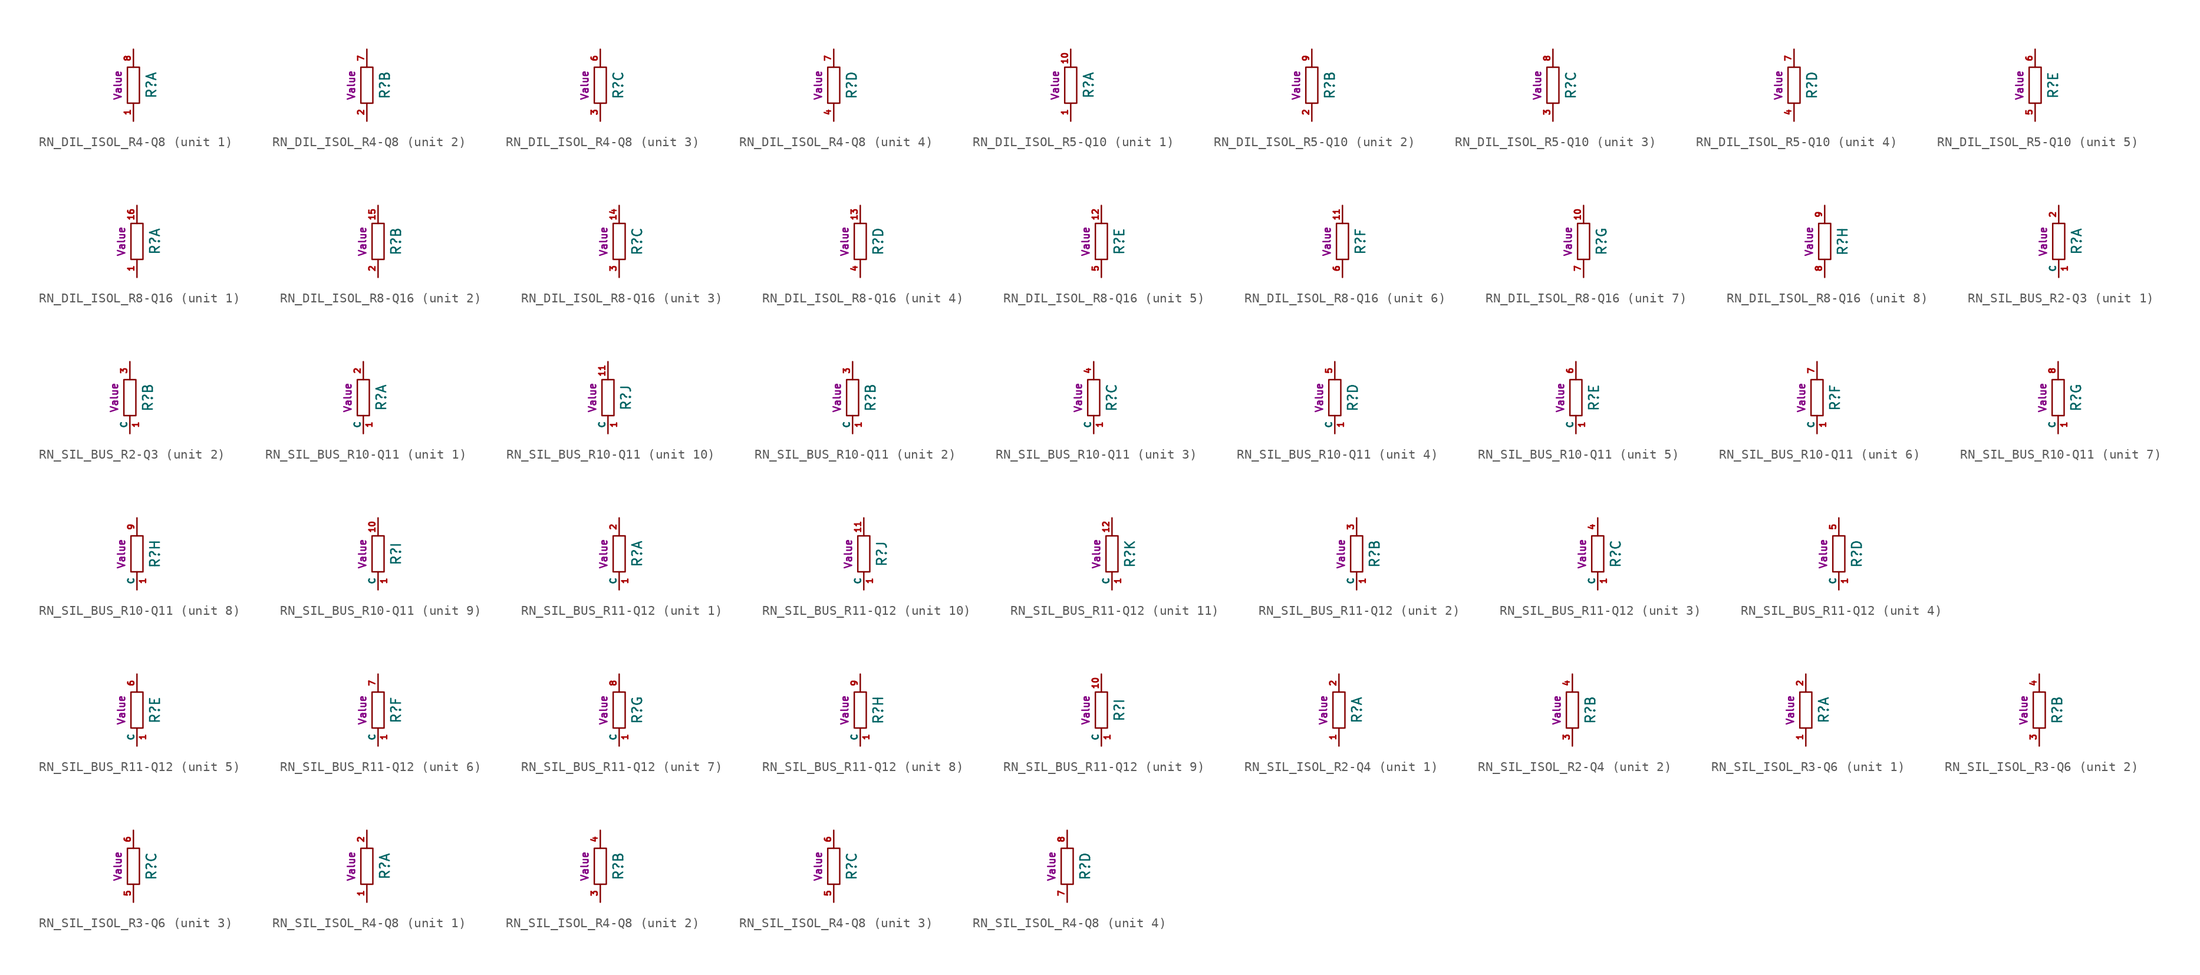
<source format=kicad_sym>
(kicad_symbol_lib
  (version 20211014)
  (generator kicad_symbol_editor)
  (symbol "RN_DIL_ISOL_R4-Q8"
    (pin_names
      (offset 0))
    (property "Reference" "R"
      (at 1.905 0 90)
      (effects (font (size 1.016 1.016))))
    (property "Footprint" ""
      (at 0 0 0)
      (effects (font (size 1.524 1.524))))
    (property "Datasheet" ""
      (at 0 0 0)
      (effects (font (size 1.524 1.524))))
    (property "Unit" "Value"
      (at -1.651 0 90)
      (effects (font (size 0.762 0.762))))
    (symbol "RN_DIL_ISOL_R4-Q8_0_1"
      (rectangle (start 0.635 1.905) (end -0.635 -1.905) (stroke (width 0) (type default) (color 0 0 0 0)) (fill (type none))))
    (symbol "RN_DIL_ISOL_R4-Q8_1_1"
      (pin passive line (at 0 -3.81 90) (length 1.905) (name "~" (effects (font (size 0.635 0.635)))) (number "1" (effects (font (size 0.635 0.635)))))
      (pin passive line (at 0 3.81 270) (length 1.905) (name "~" (effects (font (size 0.635 0.635)))) (number "8" (effects (font (size 0.635 0.635))))))
    (symbol "RN_DIL_ISOL_R4-Q8_2_1"
      (pin passive line (at 0 -3.81 90) (length 1.905) (name "~" (effects (font (size 0.635 0.635)))) (number "2" (effects (font (size 0.635 0.635)))))
      (pin passive line (at 0 3.81 270) (length 1.905) (name "~" (effects (font (size 0.635 0.635)))) (number "7" (effects (font (size 0.635 0.635))))))
    (symbol "RN_DIL_ISOL_R4-Q8_3_1"
      (pin passive line (at 0 -3.81 90) (length 1.905) (name "~" (effects (font (size 0.635 0.635)))) (number "3" (effects (font (size 0.635 0.635)))))
      (pin passive line (at 0 3.81 270) (length 1.905) (name "~" (effects (font (size 0.635 0.635)))) (number "6" (effects (font (size 0.635 0.635))))))
    (symbol "RN_DIL_ISOL_R4-Q8_4_1"
      (pin passive line (at 0 -3.81 90) (length 1.905) (name "~" (effects (font (size 0.635 0.635)))) (number "4" (effects (font (size 0.635 0.635)))))
      (pin passive line (at 0 3.81 270) (length 1.905) (name "~" (effects (font (size 0.635 0.635)))) (number "7" (effects (font (size 0.635 0.635)))))))
  (symbol "RN_DIL_ISOL_R5-Q10"
    (pin_names
      (offset 0))
    (property "Reference" "R"
      (at 1.905 0 90)
      (effects (font (size 1.016 1.016))))
    (property "Footprint" ""
      (at 0 0 0)
      (effects (font (size 1.524 1.524))))
    (property "Datasheet" ""
      (at 0 0 0)
      (effects (font (size 1.524 1.524))))
    (property "Unit" "Value"
      (at -1.651 0 90)
      (effects (font (size 0.762 0.762))))
    (symbol "RN_DIL_ISOL_R5-Q10_0_1"
      (rectangle (start 0.635 1.905) (end -0.635 -1.905) (stroke (width 0) (type default) (color 0 0 0 0)) (fill (type none))))
    (symbol "RN_DIL_ISOL_R5-Q10_1_1"
      (pin passive line (at 0 -3.81 90) (length 1.905) (name "~" (effects (font (size 0.635 0.635)))) (number "1" (effects (font (size 0.635 0.635)))))
      (pin passive line (at 0 3.81 270) (length 1.905) (name "~" (effects (font (size 0.635 0.635)))) (number "10" (effects (font (size 0.635 0.635))))))
    (symbol "RN_DIL_ISOL_R5-Q10_2_1"
      (pin passive line (at 0 -3.81 90) (length 1.905) (name "~" (effects (font (size 0.635 0.635)))) (number "2" (effects (font (size 0.635 0.635)))))
      (pin passive line (at 0 3.81 270) (length 1.905) (name "~" (effects (font (size 0.635 0.635)))) (number "9" (effects (font (size 0.635 0.635))))))
    (symbol "RN_DIL_ISOL_R5-Q10_3_1"
      (pin passive line (at 0 -3.81 90) (length 1.905) (name "~" (effects (font (size 0.635 0.635)))) (number "3" (effects (font (size 0.635 0.635)))))
      (pin passive line (at 0 3.81 270) (length 1.905) (name "~" (effects (font (size 0.635 0.635)))) (number "8" (effects (font (size 0.635 0.635))))))
    (symbol "RN_DIL_ISOL_R5-Q10_4_1"
      (pin passive line (at 0 -3.81 90) (length 1.905) (name "~" (effects (font (size 0.635 0.635)))) (number "4" (effects (font (size 0.635 0.635)))))
      (pin passive line (at 0 3.81 270) (length 1.905) (name "~" (effects (font (size 0.635 0.635)))) (number "7" (effects (font (size 0.635 0.635))))))
    (symbol "RN_DIL_ISOL_R5-Q10_5_1"
      (pin passive line (at 0 -3.81 90) (length 1.905) (name "~" (effects (font (size 0.635 0.635)))) (number "5" (effects (font (size 0.635 0.635)))))
      (pin passive line (at 0 3.81 270) (length 1.905) (name "~" (effects (font (size 0.635 0.635)))) (number "6" (effects (font (size 0.635 0.635)))))))
  (symbol "RN_DIL_ISOL_R8-Q16"
    (pin_names
      (offset 0))
    (property "Reference" "R"
      (at 1.905 0 90)
      (effects (font (size 1.016 1.016))))
    (property "Footprint" ""
      (at 0 0 0)
      (effects (font (size 1.524 1.524))))
    (property "Datasheet" ""
      (at 0 0 0)
      (effects (font (size 1.524 1.524))))
    (property "Unit" "Value"
      (at -1.651 0 90)
      (effects (font (size 0.762 0.762))))
    (symbol "RN_DIL_ISOL_R8-Q16_0_1"
      (rectangle (start 0.635 1.905) (end -0.635 -1.905) (stroke (width 0) (type default) (color 0 0 0 0)) (fill (type none))))
    (symbol "RN_DIL_ISOL_R8-Q16_1_1"
      (pin passive line (at 0 -3.81 90) (length 1.905) (name "~" (effects (font (size 0.635 0.635)))) (number "1" (effects (font (size 0.635 0.635)))))
      (pin passive line (at 0 3.81 270) (length 1.905) (name "~" (effects (font (size 0.635 0.635)))) (number "16" (effects (font (size 0.635 0.635))))))
    (symbol "RN_DIL_ISOL_R8-Q16_2_1"
      (pin passive line (at 0 3.81 270) (length 1.905) (name "~" (effects (font (size 0.635 0.635)))) (number "15" (effects (font (size 0.635 0.635)))))
      (pin passive line (at 0 -3.81 90) (length 1.905) (name "~" (effects (font (size 0.635 0.635)))) (number "2" (effects (font (size 0.635 0.635))))))
    (symbol "RN_DIL_ISOL_R8-Q16_3_1"
      (pin passive line (at 0 3.81 270) (length 1.905) (name "~" (effects (font (size 0.635 0.635)))) (number "14" (effects (font (size 0.635 0.635)))))
      (pin passive line (at 0 -3.81 90) (length 1.905) (name "~" (effects (font (size 0.635 0.635)))) (number "3" (effects (font (size 0.635 0.635))))))
    (symbol "RN_DIL_ISOL_R8-Q16_4_1"
      (pin passive line (at 0 3.81 270) (length 1.905) (name "~" (effects (font (size 0.635 0.635)))) (number "13" (effects (font (size 0.635 0.635)))))
      (pin passive line (at 0 -3.81 90) (length 1.905) (name "~" (effects (font (size 0.635 0.635)))) (number "4" (effects (font (size 0.635 0.635))))))
    (symbol "RN_DIL_ISOL_R8-Q16_5_1"
      (pin passive line (at 0 3.81 270) (length 1.905) (name "~" (effects (font (size 0.635 0.635)))) (number "12" (effects (font (size 0.635 0.635)))))
      (pin passive line (at 0 -3.81 90) (length 1.905) (name "~" (effects (font (size 0.635 0.635)))) (number "5" (effects (font (size 0.635 0.635))))))
    (symbol "RN_DIL_ISOL_R8-Q16_6_1"
      (pin passive line (at 0 3.81 270) (length 1.905) (name "~" (effects (font (size 0.635 0.635)))) (number "11" (effects (font (size 0.635 0.635)))))
      (pin passive line (at 0 -3.81 90) (length 1.905) (name "~" (effects (font (size 0.635 0.635)))) (number "6" (effects (font (size 0.635 0.635))))))
    (symbol "RN_DIL_ISOL_R8-Q16_7_1"
      (pin passive line (at 0 3.81 270) (length 1.905) (name "~" (effects (font (size 0.635 0.635)))) (number "10" (effects (font (size 0.635 0.635)))))
      (pin passive line (at 0 -3.81 90) (length 1.905) (name "~" (effects (font (size 0.635 0.635)))) (number "7" (effects (font (size 0.635 0.635))))))
    (symbol "RN_DIL_ISOL_R8-Q16_8_1"
      (pin passive line (at 0 -3.81 90) (length 1.905) (name "~" (effects (font (size 0.635 0.635)))) (number "8" (effects (font (size 0.635 0.635)))))
      (pin passive line (at 0 3.81 270) (length 1.905) (name "~" (effects (font (size 0.635 0.635)))) (number "9" (effects (font (size 0.635 0.635)))))))
  (symbol "RN_SIL_BUS_R2-Q3"
    (pin_names
      (offset 0))
    (property "Reference" "R"
      (at 1.905 0 90)
      (effects (font (size 1.016 1.016))))
    (property "Footprint" ""
      (at 0 0 0)
      (effects (font (size 1.524 1.524))))
    (property "Datasheet" ""
      (at 0 0 0)
      (effects (font (size 1.524 1.524))))
    (property "Unit" "Value"
      (at -1.651 0 90)
      (effects (font (size 0.762 0.762))))
    (symbol "RN_SIL_BUS_R2-Q3_0_1"
      (rectangle (start 0.635 1.905) (end -0.635 -1.905) (stroke (width 0) (type default) (color 0 0 0 0)) (fill (type none)))
      (pin passive line (at 0 -3.81 90) (length 1.905) (name "C" (effects (font (size 0.635 0.635)))) (number "1" (effects (font (size 0.635 0.635))))))
    (symbol "RN_SIL_BUS_R2-Q3_1_1"
      (pin passive line (at 0 3.81 270) (length 1.905) (name "~" (effects (font (size 0.635 0.635)))) (number "2" (effects (font (size 0.635 0.635))))))
    (symbol "RN_SIL_BUS_R2-Q3_2_1"
      (pin passive line (at 0 3.81 270) (length 1.905) (name "~" (effects (font (size 0.635 0.635)))) (number "3" (effects (font (size 0.635 0.635)))))))
  (symbol "RN_SIL_BUS_R10-Q11"
    (pin_names
      (offset 0))
    (property "Reference" "R"
      (at 1.905 0 90)
      (effects (font (size 1.016 1.016))))
    (property "Footprint" ""
      (at 0 0 0)
      (effects (font (size 1.524 1.524))))
    (property "Datasheet" ""
      (at 0 0 0)
      (effects (font (size 1.524 1.524))))
    (property "Unit" "Value"
      (at -1.651 0 90)
      (effects (font (size 0.762 0.762))))
    (symbol "RN_SIL_BUS_R10-Q11_0_1"
      (rectangle (start 0.635 1.905) (end -0.635 -1.905) (stroke (width 0) (type default) (color 0 0 0 0)) (fill (type none)))
      (pin passive line (at 0 -3.81 90) (length 1.905) (name "C" (effects (font (size 0.635 0.635)))) (number "1" (effects (font (size 0.635 0.635))))))
    (symbol "RN_SIL_BUS_R10-Q11_1_1"
      (pin passive line (at 0 3.81 270) (length 1.905) (name "~" (effects (font (size 0.635 0.635)))) (number "2" (effects (font (size 0.635 0.635))))))
    (symbol "RN_SIL_BUS_R10-Q11_2_1"
      (pin passive line (at 0 3.81 270) (length 1.905) (name "~" (effects (font (size 0.635 0.635)))) (number "3" (effects (font (size 0.635 0.635))))))
    (symbol "RN_SIL_BUS_R10-Q11_3_1"
      (pin passive line (at 0 3.81 270) (length 1.905) (name "~" (effects (font (size 0.635 0.635)))) (number "4" (effects (font (size 0.635 0.635))))))
    (symbol "RN_SIL_BUS_R10-Q11_4_1"
      (pin passive line (at 0 3.81 270) (length 1.905) (name "~" (effects (font (size 0.635 0.635)))) (number "5" (effects (font (size 0.635 0.635))))))
    (symbol "RN_SIL_BUS_R10-Q11_5_1"
      (pin passive line (at 0 3.81 270) (length 1.905) (name "~" (effects (font (size 0.635 0.635)))) (number "6" (effects (font (size 0.635 0.635))))))
    (symbol "RN_SIL_BUS_R10-Q11_6_1"
      (pin passive line (at 0 3.81 270) (length 1.905) (name "~" (effects (font (size 0.635 0.635)))) (number "7" (effects (font (size 0.635 0.635))))))
    (symbol "RN_SIL_BUS_R10-Q11_7_1"
      (pin passive line (at 0 3.81 270) (length 1.905) (name "~" (effects (font (size 0.635 0.635)))) (number "8" (effects (font (size 0.635 0.635))))))
    (symbol "RN_SIL_BUS_R10-Q11_8_1"
      (pin passive line (at 0 3.81 270) (length 1.905) (name "~" (effects (font (size 0.635 0.635)))) (number "9" (effects (font (size 0.635 0.635))))))
    (symbol "RN_SIL_BUS_R10-Q11_9_1"
      (pin passive line (at 0 3.81 270) (length 1.905) (name "~" (effects (font (size 0.635 0.635)))) (number "10" (effects (font (size 0.635 0.635))))))
    (symbol "RN_SIL_BUS_R10-Q11_10_1"
      (pin passive line (at 0 3.81 270) (length 1.905) (name "~" (effects (font (size 0.635 0.635)))) (number "11" (effects (font (size 0.635 0.635)))))))
  (symbol "RN_SIL_BUS_R11-Q12"
    (pin_names
      (offset 0))
    (property "Reference" "R"
      (at 1.905 0 90)
      (effects (font (size 1.016 1.016))))
    (property "Footprint" ""
      (at 0 0 0)
      (effects (font (size 1.524 1.524))))
    (property "Datasheet" ""
      (at 0 0 0)
      (effects (font (size 1.524 1.524))))
    (property "Unit" "Value"
      (at -1.651 0 90)
      (effects (font (size 0.762 0.762))))
    (symbol "RN_SIL_BUS_R11-Q12_0_1"
      (rectangle (start 0.635 1.905) (end -0.635 -1.905) (stroke (width 0) (type default) (color 0 0 0 0)) (fill (type none)))
      (pin passive line (at 0 -3.81 90) (length 1.905) (name "C" (effects (font (size 0.635 0.635)))) (number "1" (effects (font (size 0.635 0.635))))))
    (symbol "RN_SIL_BUS_R11-Q12_1_1"
      (pin passive line (at 0 3.81 270) (length 1.905) (name "~" (effects (font (size 0.635 0.635)))) (number "2" (effects (font (size 0.635 0.635))))))
    (symbol "RN_SIL_BUS_R11-Q12_2_1"
      (pin passive line (at 0 3.81 270) (length 1.905) (name "~" (effects (font (size 0.635 0.635)))) (number "3" (effects (font (size 0.635 0.635))))))
    (symbol "RN_SIL_BUS_R11-Q12_3_1"
      (pin passive line (at 0 3.81 270) (length 1.905) (name "~" (effects (font (size 0.635 0.635)))) (number "4" (effects (font (size 0.635 0.635))))))
    (symbol "RN_SIL_BUS_R11-Q12_4_1"
      (pin passive line (at 0 3.81 270) (length 1.905) (name "~" (effects (font (size 0.635 0.635)))) (number "5" (effects (font (size 0.635 0.635))))))
    (symbol "RN_SIL_BUS_R11-Q12_5_1"
      (pin passive line (at 0 3.81 270) (length 1.905) (name "~" (effects (font (size 0.635 0.635)))) (number "6" (effects (font (size 0.635 0.635))))))
    (symbol "RN_SIL_BUS_R11-Q12_6_1"
      (pin passive line (at 0 3.81 270) (length 1.905) (name "~" (effects (font (size 0.635 0.635)))) (number "7" (effects (font (size 0.635 0.635))))))
    (symbol "RN_SIL_BUS_R11-Q12_7_1"
      (pin passive line (at 0 3.81 270) (length 1.905) (name "~" (effects (font (size 0.635 0.635)))) (number "8" (effects (font (size 0.635 0.635))))))
    (symbol "RN_SIL_BUS_R11-Q12_8_1"
      (pin passive line (at 0 3.81 270) (length 1.905) (name "~" (effects (font (size 0.635 0.635)))) (number "9" (effects (font (size 0.635 0.635))))))
    (symbol "RN_SIL_BUS_R11-Q12_9_1"
      (pin passive line (at 0 3.81 270) (length 1.905) (name "~" (effects (font (size 0.635 0.635)))) (number "10" (effects (font (size 0.635 0.635))))))
    (symbol "RN_SIL_BUS_R11-Q12_10_1"
      (pin passive line (at 0 3.81 270) (length 1.905) (name "~" (effects (font (size 0.635 0.635)))) (number "11" (effects (font (size 0.635 0.635))))))
    (symbol "RN_SIL_BUS_R11-Q12_11_1"
      (pin passive line (at 0 3.81 270) (length 1.905) (name "~" (effects (font (size 0.635 0.635)))) (number "12" (effects (font (size 0.635 0.635)))))))
  (symbol "RN_SIL_ISOL_R2-Q4"
    (pin_names
      (offset 0))
    (property "Reference" "R"
      (at 1.905 0 90)
      (effects (font (size 1.016 1.016))))
    (property "Footprint" ""
      (at 0 0 0)
      (effects (font (size 1.524 1.524))))
    (property "Datasheet" ""
      (at 0 0 0)
      (effects (font (size 1.524 1.524))))
    (property "Unit" "Value"
      (at -1.651 0 90)
      (effects (font (size 0.762 0.762))))
    (symbol "RN_SIL_ISOL_R2-Q4_0_1"
      (rectangle (start 0.635 1.905) (end -0.635 -1.905) (stroke (width 0) (type default) (color 0 0 0 0)) (fill (type none))))
    (symbol "RN_SIL_ISOL_R2-Q4_1_1"
      (pin passive line (at 0 -3.81 90) (length 1.905) (name "~" (effects (font (size 0.635 0.635)))) (number "1" (effects (font (size 0.635 0.635)))))
      (pin passive line (at 0 3.81 270) (length 1.905) (name "~" (effects (font (size 0.635 0.635)))) (number "2" (effects (font (size 0.635 0.635))))))
    (symbol "RN_SIL_ISOL_R2-Q4_2_1"
      (pin passive line (at 0 -3.81 90) (length 1.905) (name "~" (effects (font (size 0.635 0.635)))) (number "3" (effects (font (size 0.635 0.635)))))
      (pin passive line (at 0 3.81 270) (length 1.905) (name "~" (effects (font (size 0.635 0.635)))) (number "4" (effects (font (size 0.635 0.635)))))))
  (symbol "RN_SIL_ISOL_R3-Q6"
    (pin_names
      (offset 0))
    (property "Reference" "R"
      (at 1.905 0 90)
      (effects (font (size 1.016 1.016))))
    (property "Footprint" ""
      (at 0 0 0)
      (effects (font (size 1.524 1.524))))
    (property "Datasheet" ""
      (at 0 0 0)
      (effects (font (size 1.524 1.524))))
    (property "Unit" "Value"
      (at -1.651 0 90)
      (effects (font (size 0.762 0.762))))
    (symbol "RN_SIL_ISOL_R3-Q6_0_1"
      (rectangle (start 0.635 1.905) (end -0.635 -1.905) (stroke (width 0) (type default) (color 0 0 0 0)) (fill (type none))))
    (symbol "RN_SIL_ISOL_R3-Q6_1_1"
      (pin passive line (at 0 -3.81 90) (length 1.905) (name "~" (effects (font (size 0.635 0.635)))) (number "1" (effects (font (size 0.635 0.635)))))
      (pin passive line (at 0 3.81 270) (length 1.905) (name "~" (effects (font (size 0.635 0.635)))) (number "2" (effects (font (size 0.635 0.635))))))
    (symbol "RN_SIL_ISOL_R3-Q6_2_1"
      (pin passive line (at 0 -3.81 90) (length 1.905) (name "~" (effects (font (size 0.635 0.635)))) (number "3" (effects (font (size 0.635 0.635)))))
      (pin passive line (at 0 3.81 270) (length 1.905) (name "~" (effects (font (size 0.635 0.635)))) (number "4" (effects (font (size 0.635 0.635))))))
    (symbol "RN_SIL_ISOL_R3-Q6_3_1"
      (pin passive line (at 0 -3.81 90) (length 1.905) (name "~" (effects (font (size 0.635 0.635)))) (number "5" (effects (font (size 0.635 0.635)))))
      (pin passive line (at 0 3.81 270) (length 1.905) (name "~" (effects (font (size 0.635 0.635)))) (number "6" (effects (font (size 0.635 0.635)))))))
  (symbol "RN_SIL_ISOL_R4-Q8"
    (pin_names
      (offset 0))
    (property "Reference" "R"
      (at 1.905 0 90)
      (effects (font (size 1.016 1.016))))
    (property "Footprint" ""
      (at 0 0 0)
      (effects (font (size 1.524 1.524))))
    (property "Datasheet" ""
      (at 0 0 0)
      (effects (font (size 1.524 1.524))))
    (property "Unit" "Value"
      (at -1.651 0 90)
      (effects (font (size 0.762 0.762))))
    (symbol "RN_SIL_ISOL_R4-Q8_0_1"
      (rectangle (start 0.635 1.905) (end -0.635 -1.905) (stroke (width 0) (type default) (color 0 0 0 0)) (fill (type none))))
    (symbol "RN_SIL_ISOL_R4-Q8_1_1"
      (pin passive line (at 0 -3.81 90) (length 1.905) (name "~" (effects (font (size 0.635 0.635)))) (number "1" (effects (font (size 0.635 0.635)))))
      (pin passive line (at 0 3.81 270) (length 1.905) (name "~" (effects (font (size 0.635 0.635)))) (number "2" (effects (font (size 0.635 0.635))))))
    (symbol "RN_SIL_ISOL_R4-Q8_2_1"
      (pin passive line (at 0 -3.81 90) (length 1.905) (name "~" (effects (font (size 0.635 0.635)))) (number "3" (effects (font (size 0.635 0.635)))))
      (pin passive line (at 0 3.81 270) (length 1.905) (name "~" (effects (font (size 0.635 0.635)))) (number "4" (effects (font (size 0.635 0.635))))))
    (symbol "RN_SIL_ISOL_R4-Q8_3_1"
      (pin passive line (at 0 -3.81 90) (length 1.905) (name "~" (effects (font (size 0.635 0.635)))) (number "5" (effects (font (size 0.635 0.635)))))
      (pin passive line (at 0 3.81 270) (length 1.905) (name "~" (effects (font (size 0.635 0.635)))) (number "6" (effects (font (size 0.635 0.635))))))
    (symbol "RN_SIL_ISOL_R4-Q8_4_1"
      (pin passive line (at 0 -3.81 90) (length 1.905) (name "~" (effects (font (size 0.635 0.635)))) (number "7" (effects (font (size 0.635 0.635)))))
      (pin passive line (at 0 3.81 270) (length 1.905) (name "~" (effects (font (size 0.635 0.635)))) (number "8" (effects (font (size 0.635 0.635))))))))
</source>
